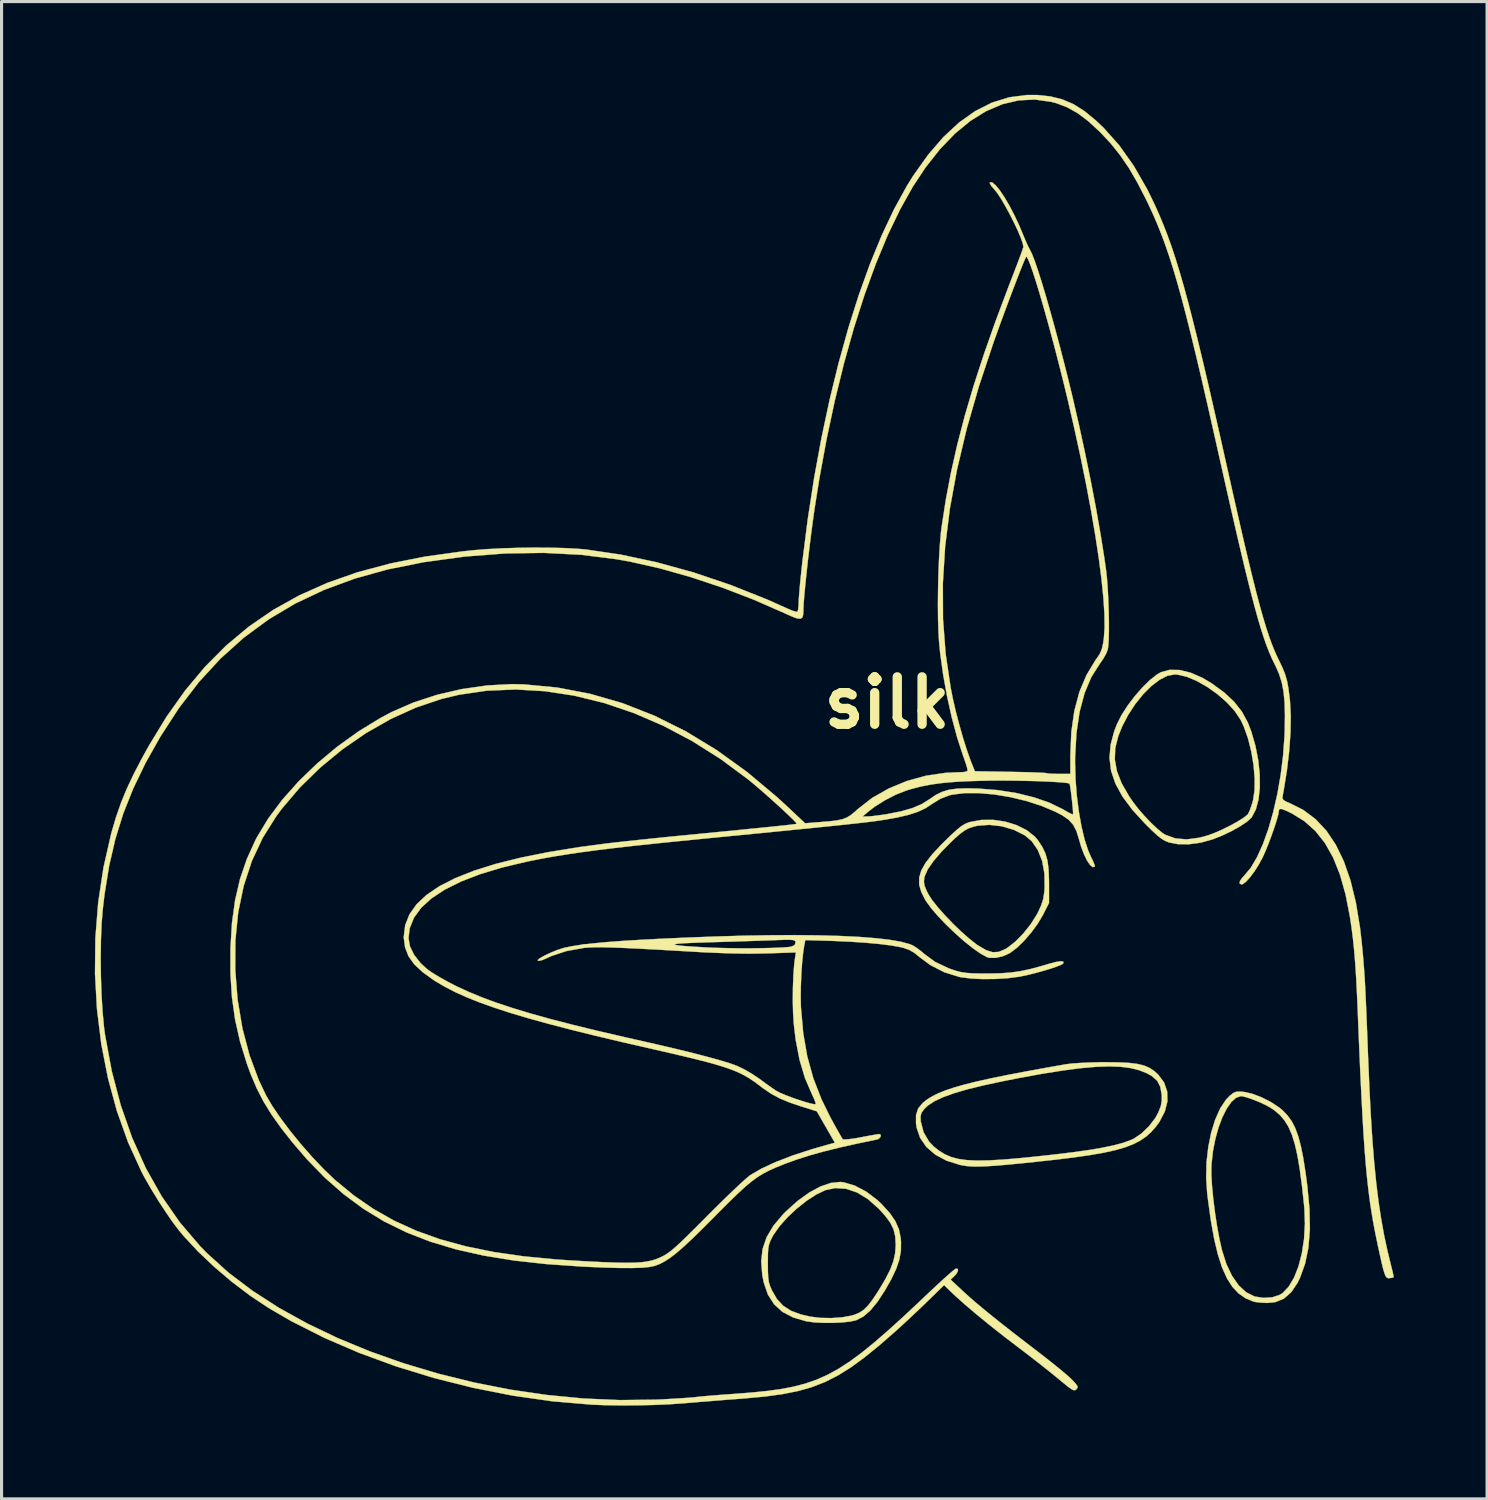
<source format=kicad_pcb>
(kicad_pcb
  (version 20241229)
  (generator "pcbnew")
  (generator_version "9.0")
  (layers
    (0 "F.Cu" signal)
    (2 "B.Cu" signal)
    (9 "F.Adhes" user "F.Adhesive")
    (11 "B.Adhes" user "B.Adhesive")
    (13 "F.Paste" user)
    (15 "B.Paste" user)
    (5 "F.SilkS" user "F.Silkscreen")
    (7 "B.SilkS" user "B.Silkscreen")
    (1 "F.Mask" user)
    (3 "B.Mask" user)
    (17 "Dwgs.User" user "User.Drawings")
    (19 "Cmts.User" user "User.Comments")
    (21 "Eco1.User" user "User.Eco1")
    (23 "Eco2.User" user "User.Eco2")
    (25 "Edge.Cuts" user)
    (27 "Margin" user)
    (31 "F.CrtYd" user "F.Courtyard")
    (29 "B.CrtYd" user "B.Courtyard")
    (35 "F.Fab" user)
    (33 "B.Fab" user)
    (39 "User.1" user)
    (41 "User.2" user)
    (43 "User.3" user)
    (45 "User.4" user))
  (footprint "silk"
    (layer "F.Cu")
    (at 25.479 19.552)
    (property "Reference" "silk" (at 0 0 0) (layer "F.SilkS") (effects (font (size 1.524 1.524) (thickness 0.3))))
    (attr through_hole)
    (fp_poly (pts (xy 3.799 3.821) (xy 4.165 3.934) (xy 4.488 4.095) (xy 4.748 4.3) (xy 4.847 4.416) (xy 4.991 4.635) (xy 5.092 4.847) (xy 5.157 5.076) (xy 5.193 5.349) (xy 5.206 5.69) (xy 5.207 5.796) (xy 5.207 6.436) (xy 5.008 6.828) (xy 4.847 7.099) (xy 4.641 7.381) (xy 4.411 7.648) (xy 4.178 7.875) (xy 3.965 8.037) (xy 3.944 8.051) (xy 3.719 8.152) (xy 3.487 8.203) (xy 3.285 8.2) (xy 3.212 8.179) (xy 3.007 8.067) (xy 2.756 7.891) (xy 2.476 7.667) (xy 2.186 7.41) (xy 1.9 7.136) (xy 1.638 6.862) (xy 1.415 6.603) (xy 1.25 6.375) (xy 1.226 6.335) (xy 1.099 6.084) (xy 1.032 5.851) (xy 1.032 5.763) (xy 1.184 5.763) (xy 1.205 5.886) (xy 1.268 6.039) (xy 1.328 6.157) (xy 1.448 6.344) (xy 1.63 6.574) (xy 1.858 6.831) (xy 2.113 7.097) (xy 2.378 7.353) (xy 2.636 7.581) (xy 2.868 7.764) (xy 2.939 7.813) (xy 3.188 7.956) (xy 3.397 8.021) (xy 3.59 8.01) (xy 3.793 7.925) (xy 3.864 7.883) (xy 4.119 7.684) (xy 4.38 7.419) (xy 4.621 7.116) (xy 4.817 6.807) (xy 4.854 6.736) (xy 4.957 6.509) (xy 5.019 6.315) (xy 5.053 6.103) (xy 5.066 5.936) (xy 5.06 5.49) (xy 4.986 5.086) (xy 4.848 4.736) (xy 4.653 4.452) (xy 4.428 4.261) (xy 4.074 4.084) (xy 3.683 3.97) (xy 3.286 3.925) (xy 2.911 3.952) (xy 2.775 3.984) (xy 2.625 4.036) (xy 2.489 4.108) (xy 2.342 4.216) (xy 2.162 4.376) (xy 2.077 4.457) (xy 1.745 4.793) (xy 1.487 5.095) (xy 1.306 5.359) (xy 1.207 5.579) (xy 1.194 5.636) (xy 1.184 5.763) (xy 1.032 5.763) (xy 1.031 5.626) (xy 1.098 5.395) (xy 1.237 5.147) (xy 1.453 4.871) (xy 1.749 4.554) (xy 1.844 4.46) (xy 2.072 4.239) (xy 2.246 4.08) (xy 2.384 3.97) (xy 2.5 3.898) (xy 2.612 3.85) (xy 2.657 3.836) (xy 3.024 3.767) (xy 3.412 3.764) (xy 3.799 3.821)) (stroke (width 0.01) (type solid)) (fill yes) (layer "F.SilkS"))
    (fp_poly (pts (xy -1.408 15.419) (xy -1.045 15.524) (xy -0.675 15.718) (xy -0.315 15.991) (xy -0.174 16.124) (xy 0.085 16.409) (xy 0.266 16.672) (xy 0.38 16.934) (xy 0.438 17.219) (xy 0.448 17.348) (xy 0.443 17.627) (xy 0.393 17.905) (xy 0.293 18.202) (xy 0.135 18.535) (xy -0.066 18.891) (xy -0.309 19.264) (xy -0.539 19.543) (xy -0.764 19.738) (xy -0.99 19.854) (xy -0.999 19.858) (xy -1.187 19.899) (xy -1.445 19.927) (xy -1.743 19.941) (xy -2.05 19.941) (xy -2.338 19.926) (xy -2.574 19.895) (xy -2.593 19.892) (xy -3.021 19.767) (xy -3.366 19.587) (xy -3.634 19.344) (xy -3.833 19.032) (xy -3.967 18.645) (xy -4.015 18.399) (xy -4.043 18.034) (xy -3.835 18.034) (xy -3.833 18.298) (xy -3.823 18.488) (xy -3.802 18.631) (xy -3.765 18.755) (xy -3.708 18.888) (xy -3.703 18.898) (xy -3.542 19.176) (xy -3.344 19.39) (xy -3.093 19.551) (xy -2.773 19.67) (xy -2.467 19.741) (xy -2.144 19.78) (xy -1.791 19.787) (xy -1.445 19.762) (xy -1.144 19.708) (xy -1.051 19.68) (xy -0.891 19.613) (xy -0.75 19.52) (xy -0.614 19.385) (xy -0.466 19.192) (xy -0.291 18.927) (xy -0.261 18.879) (xy -0.049 18.522) (xy 0.103 18.221) (xy 0.203 17.955) (xy 0.258 17.704) (xy 0.277 17.447) (xy 0.277 17.424) (xy 0.262 17.162) (xy 0.208 16.936) (xy 0.104 16.723) (xy -0.062 16.498) (xy -0.27 16.269) (xy -0.613 15.963) (xy -0.964 15.749) (xy -1.317 15.629) (xy -1.666 15.606) (xy -1.98 15.671) (xy -2.269 15.807) (xy -2.584 16.011) (xy -2.903 16.264) (xy -3.204 16.546) (xy -3.463 16.837) (xy -3.658 17.116) (xy -3.689 17.171) (xy -3.753 17.3) (xy -3.795 17.413) (xy -3.82 17.537) (xy -3.832 17.699) (xy -3.835 17.926) (xy -3.835 18.034) (xy -4.043 18.034) (xy -4.049 17.961) (xy -4.003 17.56) (xy -3.874 17.183) (xy -3.655 16.816) (xy -3.343 16.447) (xy -3.255 16.358) (xy -2.878 16.019) (xy -2.504 15.75) (xy -2.144 15.555) (xy -1.807 15.44) (xy -1.503 15.409) (xy -1.408 15.419)) (stroke (width 0.01) (type solid)) (fill yes) (layer "F.SilkS"))
    (fp_poly (pts (xy 9.406 -1.055) (xy 9.762 -0.968) (xy 10.141 -0.803) (xy 10.435 -0.628) (xy 10.839 -0.333) (xy 11.159 -0.036) (xy 11.407 0.28) (xy 11.599 0.632) (xy 11.709 0.914) (xy 11.845 1.382) (xy 11.936 1.851) (xy 11.983 2.304) (xy 11.986 2.728) (xy 11.945 3.107) (xy 11.86 3.426) (xy 11.731 3.672) (xy 11.705 3.704) (xy 11.567 3.828) (xy 11.354 3.971) (xy 11.089 4.119) (xy 10.794 4.261) (xy 10.491 4.383) (xy 10.468 4.391) (xy 10.087 4.497) (xy 9.704 4.549) (xy 9.347 4.545) (xy 9.068 4.491) (xy 8.948 4.444) (xy 8.829 4.374) (xy 8.692 4.267) (xy 8.522 4.111) (xy 8.302 3.894) (xy 7.888 3.442) (xy 7.568 3.012) (xy 7.341 2.596) (xy 7.203 2.187) (xy 7.158 1.824) (xy 7.323 1.824) (xy 7.391 2.2) (xy 7.544 2.592) (xy 7.786 3.011) (xy 7.912 3.195) (xy 8.078 3.411) (xy 8.275 3.637) (xy 8.482 3.854) (xy 8.681 4.043) (xy 8.852 4.184) (xy 8.944 4.243) (xy 9.27 4.361) (xy 9.635 4.392) (xy 10.044 4.338) (xy 10.33 4.259) (xy 10.55 4.176) (xy 10.795 4.068) (xy 11.042 3.945) (xy 11.269 3.82) (xy 11.455 3.703) (xy 11.579 3.607) (xy 11.609 3.573) (xy 11.663 3.461) (xy 11.723 3.291) (xy 11.768 3.137) (xy 11.817 2.814) (xy 11.821 2.428) (xy 11.785 2.004) (xy 11.712 1.568) (xy 11.607 1.147) (xy 11.472 0.766) (xy 11.373 0.555) (xy 11.185 0.272) (xy 10.931 -0.008) (xy 10.63 -0.272) (xy 10.302 -0.507) (xy 9.965 -0.7) (xy 9.638 -0.838) (xy 9.34 -0.907) (xy 9.249 -0.913) (xy 9.016 -0.869) (xy 8.762 -0.74) (xy 8.497 -0.538) (xy 8.234 -0.275) (xy 7.983 0.037) (xy 7.754 0.386) (xy 7.559 0.761) (xy 7.433 1.073) (xy 7.338 1.452) (xy 7.323 1.824) (xy 7.158 1.824) (xy 7.152 1.775) (xy 7.187 1.353) (xy 7.304 0.912) (xy 7.392 0.686) (xy 7.536 0.4) (xy 7.731 0.096) (xy 7.959 -0.207) (xy 8.204 -0.488) (xy 8.448 -0.729) (xy 8.677 -0.909) (xy 8.802 -0.982) (xy 9.082 -1.06) (xy 9.406 -1.055)) (stroke (width 0.01) (type solid)) (fill yes) (layer "F.SilkS"))
    (fp_poly (pts (xy 11.47 12.513) (xy 11.737 12.571) (xy 12.039 12.685) (xy 12.342 12.839) (xy 12.61 13.016) (xy 12.723 13.11) (xy 12.878 13.271) (xy 13.01 13.453) (xy 13.122 13.669) (xy 13.219 13.929) (xy 13.304 14.246) (xy 13.382 14.631) (xy 13.455 15.097) (xy 13.515 15.545) (xy 13.584 16.279) (xy 13.596 16.934) (xy 13.549 17.517) (xy 13.444 18.033) (xy 13.28 18.488) (xy 13.192 18.665) (xy 12.991 18.961) (xy 12.758 19.162) (xy 12.488 19.273) (xy 12.224 19.3) (xy 12.034 19.291) (xy 11.867 19.273) (xy 11.785 19.257) (xy 11.529 19.151) (xy 11.303 18.994) (xy 11.103 18.781) (xy 10.927 18.504) (xy 10.772 18.159) (xy 10.637 17.738) (xy 10.517 17.236) (xy 10.411 16.647) (xy 10.317 15.963) (xy 10.293 15.768) (xy 10.26 15.272) (xy 10.263 15.193) (xy 10.429 15.193) (xy 10.45 15.551) (xy 10.49 15.958) (xy 10.544 16.391) (xy 10.61 16.824) (xy 10.686 17.234) (xy 10.767 17.595) (xy 10.769 17.602) (xy 10.911 18.05) (xy 11.093 18.43) (xy 11.307 18.736) (xy 11.548 18.958) (xy 11.809 19.089) (xy 11.826 19.094) (xy 12.108 19.138) (xy 12.386 19.119) (xy 12.625 19.041) (xy 12.716 18.985) (xy 12.916 18.775) (xy 13.09 18.481) (xy 13.232 18.118) (xy 13.339 17.699) (xy 13.409 17.239) (xy 13.437 16.753) (xy 13.419 16.256) (xy 13.41 16.163) (xy 13.343 15.543) (xy 13.273 15.016) (xy 13.198 14.572) (xy 13.114 14.2) (xy 13.019 13.893) (xy 12.909 13.639) (xy 12.78 13.429) (xy 12.63 13.255) (xy 12.455 13.106) (xy 12.327 13.019) (xy 12.168 12.932) (xy 11.967 12.839) (xy 11.754 12.754) (xy 11.561 12.688) (xy 11.417 12.652) (xy 11.382 12.649) (xy 11.227 12.698) (xy 11.072 12.835) (xy 10.923 13.049) (xy 10.783 13.327) (xy 10.659 13.656) (xy 10.556 14.024) (xy 10.479 14.418) (xy 10.434 14.826) (xy 10.429 14.91) (xy 10.429 15.193) (xy 10.263 15.193) (xy 10.273 14.771) (xy 10.329 14.283) (xy 10.422 13.822) (xy 10.551 13.405) (xy 10.711 13.046) (xy 10.899 12.762) (xy 11.017 12.64) (xy 11.13 12.55) (xy 11.228 12.508) (xy 11.355 12.503) (xy 11.47 12.513)) (stroke (width 0.01) (type solid)) (fill yes) (layer "F.SilkS"))
    (fp_poly (pts (xy 7.437 11.563) (xy 7.778 11.58) (xy 8.049 11.613) (xy 8.265 11.665) (xy 8.442 11.742) (xy 8.595 11.845) (xy 8.718 11.956) (xy 8.908 12.212) (xy 9.007 12.502) (xy 9.015 12.815) (xy 8.932 13.142) (xy 8.76 13.473) (xy 8.643 13.633) (xy 8.494 13.802) (xy 8.329 13.95) (xy 8.139 14.08) (xy 7.917 14.194) (xy 7.653 14.296) (xy 7.339 14.386) (xy 6.966 14.469) (xy 6.525 14.546) (xy 6.008 14.62) (xy 5.405 14.694) (xy 4.801 14.76) (xy 4.271 14.815) (xy 3.831 14.857) (xy 3.468 14.887) (xy 3.171 14.906) (xy 2.929 14.914) (xy 2.73 14.911) (xy 2.563 14.898) (xy 2.415 14.875) (xy 2.345 14.861) (xy 1.91 14.724) (xy 1.548 14.53) (xy 1.263 14.284) (xy 1.061 13.99) (xy 0.947 13.655) (xy 0.929 13.522) (xy 0.93 13.297) (xy 1.075 13.297) (xy 1.082 13.453) (xy 1.084 13.469) (xy 1.172 13.809) (xy 1.346 14.107) (xy 1.496 14.266) (xy 1.672 14.406) (xy 1.856 14.519) (xy 2.058 14.606) (xy 2.289 14.668) (xy 2.56 14.706) (xy 2.881 14.722) (xy 3.264 14.716) (xy 3.718 14.69) (xy 4.254 14.645) (xy 4.674 14.603) (xy 5.368 14.528) (xy 5.968 14.455) (xy 6.481 14.383) (xy 6.914 14.31) (xy 7.274 14.235) (xy 7.568 14.157) (xy 7.804 14.075) (xy 7.938 14.014) (xy 8.185 13.847) (xy 8.425 13.614) (xy 8.627 13.349) (xy 8.722 13.175) (xy 8.802 12.97) (xy 8.833 12.788) (xy 8.83 12.604) (xy 8.785 12.346) (xy 8.684 12.153) (xy 8.509 12) (xy 8.357 11.915) (xy 8.115 11.818) (xy 7.837 11.748) (xy 7.515 11.706) (xy 7.142 11.692) (xy 6.711 11.707) (xy 6.216 11.751) (xy 5.649 11.825) (xy 5.004 11.928) (xy 4.273 12.061) (xy 3.74 12.166) (xy 3.118 12.299) (xy 2.592 12.427) (xy 2.155 12.555) (xy 1.8 12.683) (xy 1.522 12.813) (xy 1.315 12.949) (xy 1.191 13.068) (xy 1.107 13.185) (xy 1.075 13.297) (xy 0.93 13.297) (xy 0.931 13.255) (xy 1 13.044) (xy 1.149 12.864) (xy 1.295 12.751) (xy 1.456 12.652) (xy 1.647 12.557) (xy 1.877 12.465) (xy 2.151 12.373) (xy 2.478 12.28) (xy 2.864 12.183) (xy 3.316 12.082) (xy 3.842 11.974) (xy 4.449 11.858) (xy 5.144 11.731) (xy 5.74 11.626) (xy 5.929 11.602) (xy 6.193 11.583) (xy 6.505 11.568) (xy 6.84 11.559) (xy 7.01 11.558) (xy 7.437 11.563)) (stroke (width 0.01) (type solid)) (fill yes) (layer "F.SilkS"))
    (fp_poly (pts (xy 4.816 -19.547) (xy 5.243 -19.503) (xy 5.628 -19.408) (xy 5.99 -19.254) (xy 6.345 -19.03) (xy 6.713 -18.728) (xy 6.963 -18.491) (xy 7.464 -17.929) (xy 7.929 -17.274) (xy 8.357 -16.529) (xy 8.481 -16.281) (xy 8.626 -15.976) (xy 8.763 -15.668) (xy 8.895 -15.351) (xy 9.024 -15.018) (xy 9.151 -14.662) (xy 9.278 -14.278) (xy 9.407 -13.858) (xy 9.541 -13.397) (xy 9.68 -12.886) (xy 9.826 -12.321) (xy 9.983 -11.694) (xy 10.15 -10.999) (xy 10.331 -10.229) (xy 10.526 -9.378) (xy 10.739 -8.439) (xy 10.922 -7.62) (xy 11.122 -6.73) (xy 11.303 -5.933) (xy 11.466 -5.223) (xy 11.615 -4.593) (xy 11.75 -4.036) (xy 11.873 -3.547) (xy 11.986 -3.119) (xy 12.091 -2.746) (xy 12.19 -2.42) (xy 12.283 -2.136) (xy 12.373 -1.887) (xy 12.462 -1.667) (xy 12.551 -1.468) (xy 12.6 -1.37) (xy 12.716 -1.126) (xy 12.801 -0.914) (xy 12.862 -0.702) (xy 12.907 -0.461) (xy 12.945 -0.158) (xy 12.957 -0.05) (xy 12.982 0.416) (xy 12.973 0.956) (xy 12.931 1.548) (xy 12.858 2.172) (xy 12.756 2.806) (xy 12.724 2.972) (xy 12.713 3.064) (xy 12.742 3.124) (xy 12.83 3.177) (xy 12.938 3.222) (xy 13.384 3.445) (xy 13.781 3.743) (xy 14.13 4.116) (xy 14.432 4.568) (xy 14.69 5.102) (xy 14.904 5.72) (xy 15.076 6.425) (xy 15.207 7.22) (xy 15.261 7.685) (xy 15.285 7.934) (xy 15.307 8.168) (xy 15.326 8.399) (xy 15.344 8.637) (xy 15.361 8.896) (xy 15.377 9.186) (xy 15.393 9.52) (xy 15.41 9.909) (xy 15.429 10.366) (xy 15.45 10.902) (xy 15.471 11.455) (xy 15.512 12.416) (xy 15.557 13.285) (xy 15.607 14.072) (xy 15.665 14.787) (xy 15.73 15.44) (xy 15.804 16.04) (xy 15.889 16.599) (xy 15.984 17.125) (xy 16.092 17.628) (xy 16.203 18.083) (xy 16.249 18.264) (xy 16.279 18.402) (xy 16.29 18.472) (xy 16.289 18.475) (xy 16.234 18.491) (xy 16.156 18.503) (xy 16.108 18.503) (xy 16.067 18.483) (xy 16.03 18.432) (xy 15.992 18.337) (xy 15.948 18.186) (xy 15.896 17.969) (xy 15.83 17.672) (xy 15.771 17.399) (xy 15.701 17.06) (xy 15.637 16.726) (xy 15.58 16.39) (xy 15.527 16.043) (xy 15.48 15.678) (xy 15.436 15.286) (xy 15.396 14.86) (xy 15.358 14.391) (xy 15.322 13.87) (xy 15.288 13.291) (xy 15.254 12.644) (xy 15.219 11.923) (xy 15.184 11.117) (xy 15.147 10.221) (xy 15.138 9.982) (xy 15.111 9.368) (xy 15.084 8.839) (xy 15.054 8.377) (xy 15.021 7.968) (xy 14.982 7.594) (xy 14.937 7.238) (xy 14.884 6.883) (xy 14.743 6.159) (xy 14.564 5.526) (xy 14.345 4.979) (xy 14.082 4.512) (xy 13.774 4.123) (xy 13.417 3.805) (xy 13.02 3.56) (xy 12.82 3.463) (xy 12.693 3.416) (xy 12.625 3.415) (xy 12.6 3.459) (xy 12.598 3.479) (xy 12.58 3.589) (xy 12.53 3.771) (xy 12.457 4.001) (xy 12.367 4.257) (xy 12.27 4.517) (xy 12.173 4.759) (xy 12.083 4.959) (xy 12.081 4.963) (xy 11.954 5.201) (xy 11.812 5.424) (xy 11.669 5.615) (xy 11.538 5.758) (xy 11.434 5.834) (xy 11.4 5.842) (xy 11.336 5.813) (xy 11.346 5.733) (xy 11.428 5.617) (xy 11.484 5.559) (xy 11.696 5.305) (xy 11.898 4.962) (xy 12.088 4.54) (xy 12.262 4.054) (xy 12.417 3.513) (xy 12.55 2.931) (xy 12.657 2.32) (xy 12.735 1.69) (xy 12.781 1.055) (xy 12.787 0.889) (xy 12.794 0.398) (xy 12.783 -0.01) (xy 12.75 -0.354) (xy 12.692 -0.653) (xy 12.607 -0.924) (xy 12.492 -1.185) (xy 12.468 -1.233) (xy 12.378 -1.417) (xy 12.289 -1.621) (xy 12.199 -1.853) (xy 12.106 -2.119) (xy 12.009 -2.424) (xy 11.906 -2.774) (xy 11.796 -3.177) (xy 11.676 -3.637) (xy 11.545 -4.162) (xy 11.402 -4.757) (xy 11.245 -5.428) (xy 11.072 -6.181) (xy 10.881 -7.024) (xy 10.719 -7.747) (xy 10.495 -8.744) (xy 10.29 -9.648) (xy 10.101 -10.467) (xy 9.926 -11.205) (xy 9.764 -11.871) (xy 9.613 -12.47) (xy 9.471 -13.01) (xy 9.336 -13.497) (xy 9.206 -13.938) (xy 9.079 -14.339) (xy 8.953 -14.707) (xy 8.827 -15.05) (xy 8.698 -15.372) (xy 8.565 -15.682) (xy 8.425 -15.986) (xy 8.332 -16.18) (xy 8.049 -16.73) (xy 7.774 -17.202) (xy 7.491 -17.616) (xy 7.188 -17.993) (xy 6.849 -18.355) (xy 6.838 -18.366) (xy 6.471 -18.704) (xy 6.129 -18.962) (xy 5.792 -19.151) (xy 5.441 -19.284) (xy 5.278 -19.327) (xy 4.752 -19.401) (xy 4.226 -19.374) (xy 3.703 -19.25) (xy 3.186 -19.029) (xy 2.678 -18.714) (xy 2.182 -18.306) (xy 1.701 -17.807) (xy 1.237 -17.218) (xy 0.829 -16.602) (xy 0.417 -15.866) (xy 0.018 -15.036) (xy -0.363 -14.119) (xy -0.726 -13.123) (xy -1.068 -12.055) (xy -1.386 -10.921) (xy -1.679 -9.729) (xy -1.945 -8.486) (xy -2.181 -7.2) (xy -2.336 -6.222) (xy -2.389 -5.842) (xy -2.444 -5.43) (xy -2.497 -5.001) (xy -2.548 -4.572) (xy -2.593 -4.16) (xy -2.632 -3.781) (xy -2.663 -3.45) (xy -2.684 -3.186) (xy -2.692 -3.003) (xy -2.692 -2.983) (xy -2.699 -2.831) (xy -2.729 -2.739) (xy -2.795 -2.702) (xy -2.913 -2.72) (xy -3.095 -2.79) (xy -3.294 -2.881) (xy -4.288 -3.316) (xy -5.302 -3.706) (xy -6.318 -4.044) (xy -7.315 -4.325) (xy -8.272 -4.541) (xy -8.691 -4.616) (xy -9.84 -4.76) (xy -11.043 -4.822) (xy -12.292 -4.803) (xy -13.581 -4.703) (xy -14.903 -4.522) (xy -14.935 -4.516) (xy -16.069 -4.288) (xy -17.128 -3.992) (xy -18.116 -3.627) (xy -19.037 -3.191) (xy -19.895 -2.68) (xy -20.693 -2.092) (xy -21.436 -1.424) (xy -22.127 -0.674) (xy -22.77 0.161) (xy -23.369 1.083) (xy -23.382 1.105) (xy -23.854 1.946) (xy -24.246 2.759) (xy -24.567 3.566) (xy -24.822 4.39) (xy -25.021 5.251) (xy -25.169 6.174) (xy -25.226 6.655) (xy -25.262 7.113) (xy -25.283 7.641) (xy -25.291 8.212) (xy -25.284 8.802) (xy -25.264 9.383) (xy -25.231 9.93) (xy -25.185 10.418) (xy -25.153 10.668) (xy -24.936 11.839) (xy -24.645 12.946) (xy -24.279 13.989) (xy -23.84 14.965) (xy -23.327 15.874) (xy -22.743 16.713) (xy -22.087 17.481) (xy -21.865 17.708) (xy -21.186 18.321) (xy -20.419 18.902) (xy -19.571 19.45) (xy -18.651 19.96) (xy -17.669 20.43) (xy -16.633 20.858) (xy -15.552 21.24) (xy -14.434 21.574) (xy -13.288 21.857) (xy -12.123 22.087) (xy -10.948 22.259) (xy -9.77 22.373) (xy -8.6 22.424) (xy -7.445 22.411) (xy -7.239 22.401) (xy -6.928 22.384) (xy -6.645 22.367) (xy -6.408 22.351) (xy -6.235 22.337) (xy -6.147 22.327) (xy -6.06 22.316) (xy -5.888 22.3) (xy -5.649 22.28) (xy -5.359 22.257) (xy -5.035 22.233) (xy -4.915 22.225) (xy -4.363 22.182) (xy -3.868 22.132) (xy -3.421 22.071) (xy -3.012 21.993) (xy -2.631 21.894) (xy -2.269 21.769) (xy -1.917 21.612) (xy -1.565 21.419) (xy -1.204 21.185) (xy -0.823 20.905) (xy -0.415 20.574) (xy 0.031 20.187) (xy 0.524 19.74) (xy 1.073 19.226) (xy 1.363 18.951) (xy 1.599 18.73) (xy 1.812 18.534) (xy 1.993 18.373) (xy 2.127 18.258) (xy 2.204 18.2) (xy 2.214 18.195) (xy 2.276 18.208) (xy 2.277 18.275) (xy 2.222 18.373) (xy 2.164 18.435) (xy 2.043 18.55) (xy 2.456 18.937) (xy 2.672 19.132) (xy 2.929 19.353) (xy 3.234 19.606) (xy 3.596 19.897) (xy 4.021 20.231) (xy 4.516 20.614) (xy 4.906 20.913) (xy 5.171 21.119) (xy 5.425 21.321) (xy 5.649 21.505) (xy 5.827 21.657) (xy 5.94 21.763) (xy 5.942 21.764) (xy 6.062 21.893) (xy 6.12 21.973) (xy 6.125 22.028) (xy 6.087 22.078) (xy 6.047 22.106) (xy 5.998 22.107) (xy 5.924 22.07) (xy 5.81 21.988) (xy 5.643 21.852) (xy 5.528 21.756) (xy 5.328 21.592) (xy 5.07 21.386) (xy 4.779 21.157) (xy 4.477 20.924) (xy 4.233 20.739) (xy 3.75 20.37) (xy 3.292 20.008) (xy 2.872 19.665) (xy 2.504 19.352) (xy 2.2 19.081) (xy 2.097 18.983) (xy 1.832 18.727) (xy 1.284 19.261) (xy 1.038 19.498) (xy 0.765 19.756) (xy 0.497 20.004) (xy 0.267 20.213) (xy 0.254 20.225) (xy -0.264 20.676) (xy -0.732 21.056) (xy -1.165 21.372) (xy -1.58 21.631) (xy -1.992 21.84) (xy -2.416 22.006) (xy -2.868 22.134) (xy -3.364 22.233) (xy -3.92 22.309) (xy -4.55 22.368) (xy -4.699 22.38) (xy -5.09 22.409) (xy -5.52 22.443) (xy -5.953 22.478) (xy -6.348 22.511) (xy -6.579 22.53) (xy -7.011 22.56) (xy -7.511 22.581) (xy -8.045 22.593) (xy -8.581 22.595) (xy -9.084 22.588) (xy -9.5 22.571) (xy -10.764 22.463) (xy -12.04 22.281) (xy -13.312 22.03) (xy -14.568 21.715) (xy -15.794 21.339) (xy -16.977 20.906) (xy -18.104 20.42) (xy -19.162 19.885) (xy -19.888 19.463) (xy -20.48 19.069) (xy -21.072 18.621) (xy -21.64 18.139) (xy -22.164 17.642) (xy -22.622 17.149) (xy -22.779 16.96) (xy -22.98 16.694) (xy -23.207 16.364) (xy -23.444 16) (xy -23.672 15.628) (xy -23.873 15.278) (xy -23.975 15.088) (xy -24.407 14.142) (xy -24.768 13.134) (xy -25.056 12.076) (xy -25.271 10.979) (xy -25.41 9.854) (xy -25.474 8.713) (xy -25.462 7.567) (xy -25.372 6.427) (xy -25.203 5.304) (xy -24.954 4.21) (xy -24.938 4.15) (xy -24.797 3.674) (xy -24.639 3.221) (xy -24.454 2.769) (xy -24.232 2.297) (xy -23.964 1.783) (xy -23.736 1.372) (xy -23.173 0.447) (xy -22.575 -0.395) (xy -21.938 -1.156) (xy -21.257 -1.84) (xy -20.527 -2.45) (xy -19.743 -2.988) (xy -18.901 -3.457) (xy -17.996 -3.86) (xy -17.024 -4.201) (xy -15.979 -4.48) (xy -14.857 -4.703) (xy -13.653 -4.87) (xy -13.287 -4.909) (xy -12.864 -4.943) (xy -12.384 -4.968) (xy -11.871 -4.984) (xy -11.347 -4.991) (xy -10.837 -4.988) (xy -10.364 -4.976) (xy -9.951 -4.954) (xy -9.703 -4.933) (xy -8.576 -4.768) (xy -7.412 -4.52) (xy -6.226 -4.193) (xy -5.032 -3.79) (xy -3.845 -3.317) (xy -3.204 -3.03) (xy -3.051 -2.965) (xy -2.934 -2.929) (xy -2.886 -2.927) (xy -2.863 -2.988) (xy -2.848 -3.117) (xy -2.845 -3.216) (xy -2.839 -3.346) (xy -2.823 -3.557) (xy -2.799 -3.83) (xy -2.767 -4.145) (xy -2.731 -4.483) (xy -2.721 -4.572) (xy -2.551 -5.914) (xy -2.348 -7.227) (xy -2.114 -8.504) (xy -1.851 -9.739) (xy -1.561 -10.925) (xy -1.246 -12.055) (xy -0.908 -13.122) (xy -0.549 -14.118) (xy -0.171 -15.038) (xy 0.224 -15.874) (xy 0.634 -16.62) (xy 0.841 -16.953) (xy 1.317 -17.622) (xy 1.807 -18.191) (xy 2.312 -18.66) (xy 2.834 -19.03) (xy 3.371 -19.301) (xy 3.926 -19.473) (xy 4.498 -19.547) (xy 4.816 -19.547)) (stroke (width 0.01) (type solid)) (fill yes) (layer "F.SilkS"))
    (fp_poly (pts (xy 3.384 -16.733) (xy 3.492 -16.642) (xy 3.625 -16.48) (xy 3.774 -16.258) (xy 3.932 -15.989) (xy 4.092 -15.683) (xy 4.248 -15.352) (xy 4.365 -15.072) (xy 4.448 -14.873) (xy 4.527 -14.697) (xy 4.587 -14.578) (xy 4.598 -14.561) (xy 4.661 -14.433) (xy 4.745 -14.217) (xy 4.846 -13.921) (xy 4.963 -13.556) (xy 5.091 -13.131) (xy 5.228 -12.656) (xy 5.372 -12.142) (xy 5.519 -11.597) (xy 5.666 -11.033) (xy 5.812 -10.458) (xy 5.952 -9.882) (xy 5.97 -9.804) (xy 6.174 -8.92) (xy 6.368 -8.025) (xy 6.549 -7.138) (xy 6.714 -6.279) (xy 6.857 -5.466) (xy 6.977 -4.719) (xy 7.042 -4.267) (xy 7.071 -4.001) (xy 7.095 -3.682) (xy 7.113 -3.332) (xy 7.126 -2.969) (xy 7.133 -2.614) (xy 7.133 -2.289) (xy 7.126 -2.011) (xy 7.111 -1.804) (xy 7.098 -1.722) (xy 7.047 -1.587) (xy 6.95 -1.415) (xy 6.842 -1.259) (xy 6.567 -0.827) (xy 6.35 -0.311) (xy 6.191 0.287) (xy 6.09 0.967) (xy 6.047 1.728) (xy 6.045 1.923) (xy 6.06 2.449) (xy 6.1 2.978) (xy 6.165 3.492) (xy 6.25 3.973) (xy 6.352 4.401) (xy 6.469 4.758) (xy 6.553 4.948) (xy 6.627 5.103) (xy 6.674 5.22) (xy 6.683 5.272) (xy 6.612 5.285) (xy 6.524 5.212) (xy 6.427 5.067) (xy 6.328 4.862) (xy 6.235 4.611) (xy 6.172 4.394) (xy 6.088 4.123) (xy 5.983 3.92) (xy 5.837 3.759) (xy 5.628 3.616) (xy 5.422 3.508) (xy 4.973 3.317) (xy 4.481 3.158) (xy 3.967 3.034) (xy 3.451 2.948) (xy 2.955 2.904) (xy 2.498 2.904) (xy 2.103 2.952) (xy 2.006 2.974) (xy 1.714 3.086) (xy 1.45 3.249) (xy 1.237 3.389) (xy 0.988 3.506) (xy 0.686 3.604) (xy 0.314 3.691) (xy -0.061 3.758) (xy -0.18 3.776) (xy -0.31 3.795) (xy -0.456 3.815) (xy -0.627 3.836) (xy -0.828 3.859) (xy -1.065 3.886) (xy -1.346 3.916) (xy -1.676 3.951) (xy -2.062 3.99) (xy -2.511 4.036) (xy -3.029 4.087) (xy -3.622 4.146) (xy -4.297 4.213) (xy -5.061 4.287) (xy -5.893 4.369) (xy -6.744 4.453) (xy -7.503 4.531) (xy -8.18 4.603) (xy -8.784 4.672) (xy -9.325 4.738) (xy -9.812 4.803) (xy -10.255 4.868) (xy -10.663 4.933) (xy -11.047 5.001) (xy -11.414 5.073) (xy -11.602 5.112) (xy -12.394 5.3) (xy -13.096 5.513) (xy -13.707 5.75) (xy -14.226 6.008) (xy -14.651 6.288) (xy -14.982 6.589) (xy -15.216 6.91) (xy -15.353 7.249) (xy -15.392 7.566) (xy -15.344 7.835) (xy -15.208 8.112) (xy -14.995 8.381) (xy -14.794 8.563) (xy -14.638 8.674) (xy -14.416 8.81) (xy -14.157 8.956) (xy -13.888 9.096) (xy -13.843 9.118) (xy -13.455 9.297) (xy -13.032 9.472) (xy -12.566 9.644) (xy -12.048 9.816) (xy -11.472 9.99) (xy -10.829 10.169) (xy -10.113 10.354) (xy -9.314 10.549) (xy -8.426 10.755) (xy -8.026 10.845) (xy -7.363 10.996) (xy -6.757 11.139) (xy -6.215 11.272) (xy -5.745 11.394) (xy -5.354 11.503) (xy -5.047 11.597) (xy -4.833 11.674) (xy -4.826 11.677) (xy -4.592 11.79) (xy -4.335 11.939) (xy -4.106 12.093) (xy -4.089 12.105) (xy -3.902 12.244) (xy -3.721 12.372) (xy -3.58 12.468) (xy -3.554 12.484) (xy -3.431 12.547) (xy -3.255 12.621) (xy -3.049 12.699) (xy -2.833 12.774) (xy -2.628 12.839) (xy -2.456 12.887) (xy -2.338 12.911) (xy -2.296 12.906) (xy -2.309 12.839) (xy -2.358 12.714) (xy -2.41 12.603) (xy -2.64 12.073) (xy -2.815 11.488) (xy -2.941 10.834) (xy -3.002 10.315) (xy -3.024 9.972) (xy -3.033 9.58) (xy -3.029 9.171) (xy -3.015 8.777) (xy -2.989 8.428) (xy -2.963 8.217) (xy -2.934 8.027) (xy -3.867 8.059) (xy -4.454 8.068) (xy -5.119 8.056) (xy -5.871 8.025) (xy -6.223 8.005) (xy -6.895 7.966) (xy -7.474 7.933) (xy -7.968 7.907) (xy -8.385 7.887) (xy -8.734 7.873) (xy -9.022 7.864) (xy -9.259 7.861) (xy -9.452 7.863) (xy -9.61 7.87) (xy -9.74 7.881) (xy -9.754 7.883) (xy -10.316 7.984) (xy -10.801 8.145) (xy -10.943 8.211) (xy -11.094 8.275) (xy -11.202 8.299) (xy -11.237 8.291) (xy -11.216 8.251) (xy -11.122 8.187) (xy -10.975 8.109) (xy -10.797 8.027) (xy -10.609 7.951) (xy -10.433 7.893) (xy -10.389 7.881) (xy -10.15 7.83) (xy -9.845 7.782) (xy -9.838 7.781) (xy -6.834 7.781) (xy -6.733 7.8) (xy -6.53 7.821) (xy -6.226 7.843) (xy -5.821 7.866) (xy -5.791 7.868) (xy -5.469 7.881) (xy -5.11 7.89) (xy -4.73 7.895) (xy -4.35 7.895) (xy -3.985 7.89) (xy -3.656 7.882) (xy -3.38 7.87) (xy -3.175 7.855) (xy -3.086 7.843) (xy -2.975 7.793) (xy -2.946 7.711) (xy -2.95 7.673) (xy -2.97 7.646) (xy -3.022 7.63) (xy -3.12 7.622) (xy -3.278 7.622) (xy -3.511 7.629) (xy -3.772 7.639) (xy -4.077 7.65) (xy -4.455 7.662) (xy -4.874 7.676) (xy -5.306 7.689) (xy -5.72 7.701) (xy -5.817 7.704) (xy -6.223 7.718) (xy -6.528 7.732) (xy -6.731 7.747) (xy -6.833 7.764) (xy -6.834 7.781) (xy -9.838 7.781) (xy -9.47 7.738) (xy -9.02 7.696) (xy -8.491 7.656) (xy -7.878 7.619) (xy -7.177 7.583) (xy -6.382 7.548) (xy -5.588 7.518) (xy -4.656 7.49) (xy -3.778 7.475) (xy -2.959 7.471) (xy -2.203 7.479) (xy -1.516 7.498) (xy -0.902 7.528) (xy -0.366 7.57) (xy 0.085 7.622) (xy 0.449 7.685) (xy 0.719 7.759) (xy 0.829 7.805) (xy 0.961 7.888) (xy 1.119 8.009) (xy 1.202 8.081) (xy 1.548 8.334) (xy 1.981 8.539) (xy 2.212 8.618) (xy 2.369 8.659) (xy 2.546 8.686) (xy 2.765 8.701) (xy 3.049 8.707) (xy 3.251 8.707) (xy 3.638 8.699) (xy 3.97 8.675) (xy 4.283 8.631) (xy 4.609 8.561) (xy 4.98 8.461) (xy 5.17 8.404) (xy 5.429 8.334) (xy 5.596 8.309) (xy 5.672 8.329) (xy 5.663 8.384) (xy 5.598 8.425) (xy 5.453 8.483) (xy 5.251 8.552) (xy 5.011 8.624) (xy 4.754 8.694) (xy 4.5 8.757) (xy 4.269 8.805) (xy 4.24 8.81) (xy 3.881 8.857) (xy 3.481 8.881) (xy 3.074 8.885) (xy 2.694 8.866) (xy 2.373 8.825) (xy 2.324 8.816) (xy 1.839 8.665) (xy 1.386 8.432) (xy 1.055 8.186) (xy 0.872 8.039) (xy 0.71 7.945) (xy 0.524 7.881) (xy 0.421 7.856) (xy 0.133 7.804) (xy -0.242 7.757) (xy -0.687 7.716) (xy -1.187 7.683) (xy -1.727 7.658) (xy -1.887 7.653) (xy -2.631 7.631) (xy -2.663 7.789) (xy -2.701 8.042) (xy -2.734 8.367) (xy -2.759 8.734) (xy -2.774 9.115) (xy -2.779 9.48) (xy -2.771 9.8) (xy -2.77 9.804) (xy -2.698 10.62) (xy -2.568 11.37) (xy -2.373 12.075) (xy -2.109 12.754) (xy -1.823 13.335) (xy -1.694 13.571) (xy -1.58 13.775) (xy -1.491 13.931) (xy -1.436 14.022) (xy -1.426 14.037) (xy -1.362 14.044) (xy -1.222 14.033) (xy -1.026 14.006) (xy -0.843 13.973) (xy -0.617 13.93) (xy -0.428 13.896) (xy -0.298 13.874) (xy -0.251 13.868) (xy -0.202 13.897) (xy -0.212 13.961) (xy -0.268 14.021) (xy -0.318 14.042) (xy -0.982 14.18) (xy -1.56 14.31) (xy -2.065 14.436) (xy -2.511 14.561) (xy -2.913 14.69) (xy -3.284 14.825) (xy -3.322 14.84) (xy -3.574 14.942) (xy -3.793 15.04) (xy -3.989 15.142) (xy -4.176 15.258) (xy -4.365 15.398) (xy -4.571 15.57) (xy -4.804 15.785) (xy -5.078 16.051) (xy -5.405 16.378) (xy -5.537 16.512) (xy -5.924 16.9) (xy -6.251 17.22) (xy -6.528 17.479) (xy -6.763 17.683) (xy -6.965 17.841) (xy -7.143 17.958) (xy -7.304 18.043) (xy -7.459 18.103) (xy -7.487 18.111) (xy -7.653 18.145) (xy -7.888 18.167) (xy -8.198 18.177) (xy -8.589 18.176) (xy -9.067 18.163) (xy -9.638 18.139) (xy -9.83 18.129) (xy -10.965 18.05) (xy -12.011 17.934) (xy -12.977 17.777) (xy -13.869 17.576) (xy -14.694 17.328) (xy -15.46 17.03) (xy -16.174 16.679) (xy -16.844 16.271) (xy -17.476 15.804) (xy -18.079 15.275) (xy -18.658 14.68) (xy -19.11 14.155) (xy -19.487 13.677) (xy -19.797 13.241) (xy -20.055 12.822) (xy -20.273 12.398) (xy -20.465 11.946) (xy -20.591 11.602) (xy -20.809 10.895) (xy -20.967 10.195) (xy -21.069 9.478) (xy -21.118 8.72) (xy -21.118 8.585) (xy -20.964 8.585) (xy -20.888 9.545) (xy -20.734 10.464) (xy -20.505 11.333) (xy -20.203 12.143) (xy -19.973 12.624) (xy -19.771 12.969) (xy -19.505 13.359) (xy -19.191 13.777) (xy -18.844 14.202) (xy -18.479 14.618) (xy -18.112 15.004) (xy -17.757 15.343) (xy -17.741 15.356) (xy -17.146 15.846) (xy -16.52 16.277) (xy -15.855 16.654) (xy -15.143 16.978) (xy -14.377 17.252) (xy -13.549 17.479) (xy -12.652 17.662) (xy -11.678 17.802) (xy -10.619 17.903) (xy -10.185 17.932) (xy -9.611 17.965) (xy -9.128 17.989) (xy -8.725 18.004) (xy -8.391 18.009) (xy -8.117 18.005) (xy -7.891 17.991) (xy -7.703 17.965) (xy -7.543 17.929) (xy -7.399 17.881) (xy -7.264 17.822) (xy -7.162 17.769) (xy -7.058 17.704) (xy -6.942 17.618) (xy -6.806 17.502) (xy -6.639 17.349) (xy -6.432 17.15) (xy -6.175 16.896) (xy -5.859 16.579) (xy -5.791 16.51) (xy -5.5 16.219) (xy -5.221 15.944) (xy -4.964 15.696) (xy -4.741 15.486) (xy -4.561 15.322) (xy -4.437 15.217) (xy -4.403 15.191) (xy -4.04 14.98) (xy -3.582 14.768) (xy -3.037 14.558) (xy -2.412 14.354) (xy -1.919 14.213) (xy -1.68 14.148) (xy -1.97 13.643) (xy -2.261 13.137) (xy -2.769 12.978) (xy -3.152 12.848) (xy -3.466 12.716) (xy -3.74 12.566) (xy -4.006 12.384) (xy -4.089 12.32) (xy -4.261 12.191) (xy -4.43 12.077) (xy -4.606 11.974) (xy -4.801 11.879) (xy -5.024 11.789) (xy -5.287 11.699) (xy -5.598 11.606) (xy -5.968 11.508) (xy -6.408 11.399) (xy -6.927 11.276) (xy -7.484 11.149) (xy -8.473 10.922) (xy -9.369 10.71) (xy -10.176 10.51) (xy -10.902 10.321) (xy -11.552 10.141) (xy -12.133 9.968) (xy -12.65 9.799) (xy -13.111 9.634) (xy -13.52 9.47) (xy -13.885 9.306) (xy -14.212 9.138) (xy -14.506 8.966) (xy -14.575 8.922) (xy -14.937 8.662) (xy -15.208 8.408) (xy -15.393 8.147) (xy -15.502 7.868) (xy -15.543 7.561) (xy -15.543 7.518) (xy -15.498 7.15) (xy -15.362 6.804) (xy -15.133 6.48) (xy -14.811 6.178) (xy -14.396 5.897) (xy -13.885 5.637) (xy -13.28 5.397) (xy -12.578 5.178) (xy -11.779 4.979) (xy -10.882 4.799) (xy -9.887 4.638) (xy -9.042 4.526) (xy -8.77 4.494) (xy -8.419 4.456) (xy -8.011 4.412) (xy -7.568 4.366) (xy -7.112 4.319) (xy -6.666 4.275) (xy -6.604 4.269) (xy -5.872 4.198) (xy -5.237 4.136) (xy -4.691 4.082) (xy -4.23 4.036) (xy -3.847 3.998) (xy -3.539 3.966) (xy -3.299 3.941) (xy -3.121 3.921) (xy -3 3.906) (xy -2.931 3.896) (xy -2.908 3.89) (xy -2.935 3.849) (xy -3.026 3.753) (xy -3.169 3.614) (xy -3.351 3.443) (xy -3.56 3.252) (xy -3.783 3.051) (xy -4.008 2.853) (xy -4.222 2.669) (xy -4.412 2.51) (xy -4.47 2.463) (xy -5.357 1.806) (xy -6.27 1.23) (xy -7.201 0.737) (xy -8.146 0.329) (xy -9.098 0.007) (xy -10.052 -0.228) (xy -11.001 -0.373) (xy -11.94 -0.428) (xy -12.862 -0.391) (xy -13.762 -0.26) (xy -14.34 -0.122) (xy -15.156 0.154) (xy -15.966 0.522) (xy -16.757 0.972) (xy -17.516 1.496) (xy -18.23 2.083) (xy -18.885 2.724) (xy -19.468 3.41) (xy -19.645 3.649) (xy -20.08 4.342) (xy -20.429 5.087) (xy -20.691 5.884) (xy -20.868 6.733) (xy -20.959 7.637) (xy -20.964 8.585) (xy -21.118 8.585) (xy -21.118 7.895) (xy -21.117 7.879) (xy -21.069 7.076) (xy -20.968 6.345) (xy -20.811 5.669) (xy -20.593 5.029) (xy -20.31 4.407) (xy -20.271 4.332) (xy -19.904 3.723) (xy -19.449 3.115) (xy -18.917 2.518) (xy -18.323 1.945) (xy -17.677 1.406) (xy -16.993 0.915) (xy -16.283 0.482) (xy -15.926 0.293) (xy -15.229 -0.011) (xy -14.471 -0.258) (xy -13.676 -0.442) (xy -12.87 -0.558) (xy -12.078 -0.601) (xy -11.684 -0.593) (xy -10.607 -0.491) (xy -9.548 -0.289) (xy -8.505 0.013) (xy -7.479 0.416) (xy -6.47 0.919) (xy -5.478 1.522) (xy -4.503 2.225) (xy -3.545 3.028) (xy -3.246 3.302) (xy -2.637 3.874) (xy -2.169 3.837) (xy -1.854 3.811) (xy -1.618 3.783) (xy -1.44 3.745) (xy -1.299 3.691) (xy -1.24 3.655) (xy -0.787 3.655) (xy -0.635 3.656) (xy -0.516 3.648) (xy -0.331 3.627) (xy -0.111 3.596) (xy -0.022 3.583) (xy 0.437 3.493) (xy 0.811 3.386) (xy 1.117 3.256) (xy 1.364 3.1) (xy 1.566 2.963) (xy 1.765 2.864) (xy 1.983 2.798) (xy 2.239 2.762) (xy 2.555 2.75) (xy 2.944 2.759) (xy 3.562 2.808) (xy 4.159 2.902) (xy 4.717 3.039) (xy 5.216 3.211) (xy 5.638 3.416) (xy 5.674 3.437) (xy 5.822 3.522) (xy 5.931 3.576) (xy 5.978 3.589) (xy 5.981 3.535) (xy 5.972 3.407) (xy 5.955 3.232) (xy 5.934 3.039) (xy 5.911 2.853) (xy 5.889 2.701) (xy 5.872 2.612) (xy 5.867 2.6) (xy 5.801 2.581) (xy 5.648 2.563) (xy 5.422 2.547) (xy 5.139 2.532) (xy 4.813 2.519) (xy 4.458 2.51) (xy 4.09 2.503) (xy 3.722 2.5) (xy 3.37 2.501) (xy 3.175 2.504) (xy 2.628 2.52) (xy 2.164 2.545) (xy 1.765 2.58) (xy 1.413 2.628) (xy 1.091 2.691) (xy 0.78 2.772) (xy 0.621 2.82) (xy 0.287 2.951) (xy -0.069 3.134) (xy -0.402 3.343) (xy -0.61 3.503) (xy -0.787 3.655) (xy -1.24 3.655) (xy -1.173 3.614) (xy -1.039 3.505) (xy -0.949 3.423) (xy -0.486 3.062) (xy 0.048 2.758) (xy 0.632 2.516) (xy 1.249 2.345) (xy 1.88 2.252) (xy 2.264 2.235) (xy 2.457 2.228) (xy 2.562 2.206) (xy 2.591 2.169) (xy 2.574 2.093) (xy 2.53 1.949) (xy 2.466 1.762) (xy 2.439 1.688) (xy 2.253 1.118) (xy 2.081 0.476) (xy 1.928 -0.21) (xy 1.801 -0.912) (xy 1.706 -1.601) (xy 1.673 -1.93) (xy 1.651 -2.277) (xy 1.638 -2.697) (xy 1.634 -3.169) (xy 1.639 -3.667) (xy 1.643 -3.84) (xy 1.793 -3.84) (xy 1.798 -2.693) (xy 1.882 -1.578) (xy 2.044 -0.489) (xy 2.114 -0.135) (xy 2.205 0.263) (xy 2.316 0.688) (xy 2.436 1.111) (xy 2.559 1.502) (xy 2.675 1.831) (xy 2.707 1.915) (xy 2.822 2.201) (xy 3.962 2.22) (xy 4.291 2.227) (xy 4.586 2.234) (xy 4.83 2.243) (xy 5.009 2.251) (xy 5.109 2.259) (xy 5.125 2.263) (xy 5.183 2.274) (xy 5.316 2.282) (xy 5.496 2.286) (xy 5.52 2.286) (xy 5.893 2.286) (xy 5.893 1.696) (xy 5.924 0.943) (xy 6.02 0.265) (xy 6.182 -0.345) (xy 6.412 -0.894) (xy 6.71 -1.386) (xy 6.761 -1.454) (xy 6.848 -1.588) (xy 6.906 -1.731) (xy 6.948 -1.918) (xy 6.972 -2.087) (xy 6.995 -2.428) (xy 6.989 -2.86) (xy 6.956 -3.376) (xy 6.895 -3.969) (xy 6.81 -4.633) (xy 6.699 -5.362) (xy 6.565 -6.148) (xy 6.408 -6.986) (xy 6.229 -7.868) (xy 6.029 -8.788) (xy 5.819 -9.703) (xy 5.69 -10.237) (xy 5.556 -10.774) (xy 5.42 -11.303) (xy 5.283 -11.818) (xy 5.149 -12.309) (xy 5.02 -12.766) (xy 4.898 -13.183) (xy 4.786 -13.549) (xy 4.687 -13.857) (xy 4.602 -14.097) (xy 4.535 -14.261) (xy 4.489 -14.341) (xy 4.471 -14.344) (xy 4.44 -14.282) (xy 4.378 -14.137) (xy 4.292 -13.922) (xy 4.186 -13.65) (xy 4.065 -13.334) (xy 3.933 -12.986) (xy 3.797 -12.62) (xy 3.659 -12.247) (xy 3.527 -11.881) (xy 3.429 -11.608) (xy 2.955 -10.186) (xy 2.562 -8.821) (xy 2.25 -7.508) (xy 2.018 -6.243) (xy 1.866 -5.021) (xy 1.793 -3.84) (xy 1.643 -3.84) (xy 1.651 -4.17) (xy 1.671 -4.654) (xy 1.698 -5.096) (xy 1.73 -5.472) (xy 1.751 -5.639) (xy 1.887 -6.527) (xy 2.056 -7.414) (xy 2.259 -8.313) (xy 2.5 -9.236) (xy 2.782 -10.194) (xy 3.11 -11.2) (xy 3.485 -12.265) (xy 3.912 -13.402) (xy 3.975 -13.564) (xy 4.093 -13.87) (xy 4.198 -14.146) (xy 4.285 -14.378) (xy 4.347 -14.549) (xy 4.379 -14.647) (xy 4.383 -14.662) (xy 4.362 -14.778) (xy 4.297 -14.961) (xy 4.199 -15.193) (xy 4.076 -15.453) (xy 3.939 -15.724) (xy 3.797 -15.984) (xy 3.66 -16.217) (xy 3.538 -16.401) (xy 3.453 -16.505) (xy 3.35 -16.625) (xy 3.302 -16.712) (xy 3.307 -16.742) (xy 3.384 -16.733)) (stroke (width 0.01) (type solid)) (fill yes) (layer "F.SilkS")))
  (gr_rect
    (start -3 -3)
    (end 44.774 45.153)
    (stroke (width 0.1) (type default))
    (fill no)
    (layer "Edge.Cuts")))
</source>
